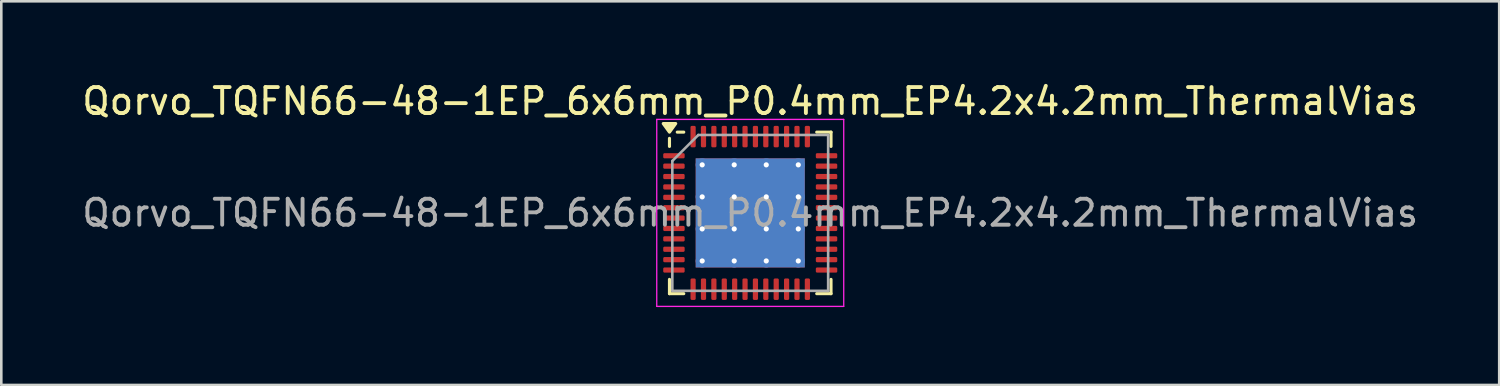
<source format=kicad_pcb>
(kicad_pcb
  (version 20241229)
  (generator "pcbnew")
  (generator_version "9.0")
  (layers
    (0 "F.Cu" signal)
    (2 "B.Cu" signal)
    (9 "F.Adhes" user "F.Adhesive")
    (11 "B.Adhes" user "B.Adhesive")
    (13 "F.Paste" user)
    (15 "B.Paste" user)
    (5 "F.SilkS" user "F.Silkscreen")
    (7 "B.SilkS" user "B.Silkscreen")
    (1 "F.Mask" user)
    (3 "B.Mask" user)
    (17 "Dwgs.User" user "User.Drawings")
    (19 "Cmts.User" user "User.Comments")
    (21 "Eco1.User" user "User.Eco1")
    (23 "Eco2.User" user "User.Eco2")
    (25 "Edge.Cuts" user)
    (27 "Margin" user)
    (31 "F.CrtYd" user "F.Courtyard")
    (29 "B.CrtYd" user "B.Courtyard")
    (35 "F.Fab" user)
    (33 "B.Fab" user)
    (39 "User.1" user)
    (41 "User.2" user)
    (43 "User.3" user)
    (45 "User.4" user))
  (footprint "Qorvo_TQFN66-48-1EP_6x6mm_P0.4mm_EP4.2x4.2mm_ThermalVias"
    (layer "F.Cu")
    (at 25.839 5.148)
    (property "Reference" "Qorvo_TQFN66-48-1EP_6x6mm_P0.4mm_EP4.2x4.2mm_ThermalVias" (at 0 -4.3 0) (layer "F.SilkS") (effects (font (size 1 1) (thickness 0.15))))
    (attr smd)
    (fp_line (start -3.11 -2.56) (end -3.11 -2.87) (stroke (width 0.12) (type solid)) (layer "F.SilkS"))
    (fp_line (start -3.11 3.11) (end -3.11 2.56) (stroke (width 0.12) (type solid)) (layer "F.SilkS"))
    (fp_line (start -2.56 -3.11) (end -2.81 -3.11) (stroke (width 0.12) (type solid)) (layer "F.SilkS"))
    (fp_line (start -2.56 3.11) (end -3.11 3.11) (stroke (width 0.12) (type solid)) (layer "F.SilkS"))
    (fp_line (start 2.56 -3.11) (end 3.11 -3.11) (stroke (width 0.12) (type solid)) (layer "F.SilkS"))
    (fp_line (start 2.56 3.11) (end 3.11 3.11) (stroke (width 0.12) (type solid)) (layer "F.SilkS"))
    (fp_line (start 3.11 -3.11) (end 3.11 -2.56) (stroke (width 0.12) (type solid)) (layer "F.SilkS"))
    (fp_line (start 3.11 3.11) (end 3.11 2.56) (stroke (width 0.12) (type solid)) (layer "F.SilkS"))
    (fp_poly (pts (xy -3.11 -3.11) (xy -3.35 -3.44) (xy -2.87 -3.44) (xy -3.11 -3.11)) (stroke (width 0.12) (type solid)) (fill yes) (layer "F.SilkS"))
    (fp_line (start -3.6 -3.6) (end -3.6 3.6) (stroke (width 0.05) (type solid)) (layer "F.CrtYd"))
    (fp_line (start -3.6 3.6) (end 3.6 3.6) (stroke (width 0.05) (type solid)) (layer "F.CrtYd"))
    (fp_line (start 3.6 -3.6) (end -3.6 -3.6) (stroke (width 0.05) (type solid)) (layer "F.CrtYd"))
    (fp_line (start 3.6 3.6) (end 3.6 -3.6) (stroke (width 0.05) (type solid)) (layer "F.CrtYd"))
    (fp_line (start -3 -2) (end -2 -3) (stroke (width 0.1) (type solid)) (layer "F.Fab"))
    (fp_line (start -3 3) (end -3 -2) (stroke (width 0.1) (type solid)) (layer "F.Fab"))
    (fp_line (start -2 -3) (end 3 -3) (stroke (width 0.1) (type solid)) (layer "F.Fab"))
    (fp_line (start 3 -3) (end 3 3) (stroke (width 0.1) (type solid)) (layer "F.Fab"))
    (fp_line (start 3 3) (end -3 3) (stroke (width 0.1) (type solid)) (layer "F.Fab"))
    (fp_text user "${REFERENCE}" (at 0 0 0) (layer "F.Fab") (effects (font (size 1 1) (thickness 0.15))))
    (pad "" smd roundrect (at -1.233 -1.233) (size 1.084 1.084) (layers "F.Paste") (roundrect_rratio 0.231))
    (pad "" smd roundrect (at -1.233 0) (size 1.084 1.084) (layers "F.Paste") (roundrect_rratio 0.231))
    (pad "" smd roundrect (at -1.233 1.233) (size 1.084 1.084) (layers "F.Paste") (roundrect_rratio 0.231))
    (pad "" smd roundrect (at 0 -1.233) (size 1.084 1.084) (layers "F.Paste") (roundrect_rratio 0.231))
    (pad "" smd roundrect (at 0 0) (size 1.084 1.084) (layers "F.Paste") (roundrect_rratio 0.231))
    (pad "" smd roundrect (at 0 1.233) (size 1.084 1.084) (layers "F.Paste") (roundrect_rratio 0.231))
    (pad "" smd roundrect (at 1.233 -1.233) (size 1.084 1.084) (layers "F.Paste") (roundrect_rratio 0.231))
    (pad "" smd roundrect (at 1.233 0) (size 1.084 1.084) (layers "F.Paste") (roundrect_rratio 0.231))
    (pad "" smd roundrect (at 1.233 1.233) (size 1.084 1.084) (layers "F.Paste") (roundrect_rratio 0.231))
    (pad "1" smd roundrect (at -2.938 -2.2) (size 0.825 0.2) (layers "F.Cu" "F.Mask" "F.Paste") (roundrect_rratio 0.25))
    (pad "2" smd roundrect (at -2.938 -1.8) (size 0.825 0.2) (layers "F.Cu" "F.Mask" "F.Paste") (roundrect_rratio 0.25))
    (pad "3" smd roundrect (at -2.938 -1.4) (size 0.825 0.2) (layers "F.Cu" "F.Mask" "F.Paste") (roundrect_rratio 0.25))
    (pad "4" smd roundrect (at -2.938 -1) (size 0.825 0.2) (layers "F.Cu" "F.Mask" "F.Paste") (roundrect_rratio 0.25))
    (pad "5" smd roundrect (at -2.938 -0.6) (size 0.825 0.2) (layers "F.Cu" "F.Mask" "F.Paste") (roundrect_rratio 0.25))
    (pad "6" smd roundrect (at -2.938 -0.2) (size 0.825 0.2) (layers "F.Cu" "F.Mask" "F.Paste") (roundrect_rratio 0.25))
    (pad "7" smd roundrect (at -2.938 0.2) (size 0.825 0.2) (layers "F.Cu" "F.Mask" "F.Paste") (roundrect_rratio 0.25))
    (pad "8" smd roundrect (at -2.938 0.6) (size 0.825 0.2) (layers "F.Cu" "F.Mask" "F.Paste") (roundrect_rratio 0.25))
    (pad "9" smd roundrect (at -2.938 1) (size 0.825 0.2) (layers "F.Cu" "F.Mask" "F.Paste") (roundrect_rratio 0.25))
    (pad "10" smd roundrect (at -2.938 1.4) (size 0.825 0.2) (layers "F.Cu" "F.Mask" "F.Paste") (roundrect_rratio 0.25))
    (pad "11" smd roundrect (at -2.938 1.8) (size 0.825 0.2) (layers "F.Cu" "F.Mask" "F.Paste") (roundrect_rratio 0.25))
    (pad "12" smd roundrect (at -2.938 2.2) (size 0.825 0.2) (layers "F.Cu" "F.Mask" "F.Paste") (roundrect_rratio 0.25))
    (pad "13" smd roundrect (at -2.2 2.938) (size 0.2 0.825) (layers "F.Cu" "F.Mask" "F.Paste") (roundrect_rratio 0.25))
    (pad "14" smd roundrect (at -1.8 2.938) (size 0.2 0.825) (layers "F.Cu" "F.Mask" "F.Paste") (roundrect_rratio 0.25))
    (pad "15" smd roundrect (at -1.4 2.938) (size 0.2 0.825) (layers "F.Cu" "F.Mask" "F.Paste") (roundrect_rratio 0.25))
    (pad "16" smd roundrect (at -1 2.938) (size 0.2 0.825) (layers "F.Cu" "F.Mask" "F.Paste") (roundrect_rratio 0.25))
    (pad "17" smd roundrect (at -0.6 2.938) (size 0.2 0.825) (layers "F.Cu" "F.Mask" "F.Paste") (roundrect_rratio 0.25))
    (pad "18" smd roundrect (at -0.2 2.938) (size 0.2 0.825) (layers "F.Cu" "F.Mask" "F.Paste") (roundrect_rratio 0.25))
    (pad "19" smd roundrect (at 0.2 2.938) (size 0.2 0.825) (layers "F.Cu" "F.Mask" "F.Paste") (roundrect_rratio 0.25))
    (pad "20" smd roundrect (at 0.6 2.938) (size 0.2 0.825) (layers "F.Cu" "F.Mask" "F.Paste") (roundrect_rratio 0.25))
    (pad "21" smd roundrect (at 1 2.938) (size 0.2 0.825) (layers "F.Cu" "F.Mask" "F.Paste") (roundrect_rratio 0.25))
    (pad "22" smd roundrect (at 1.4 2.938) (size 0.2 0.825) (layers "F.Cu" "F.Mask" "F.Paste") (roundrect_rratio 0.25))
    (pad "23" smd roundrect (at 1.8 2.938) (size 0.2 0.825) (layers "F.Cu" "F.Mask" "F.Paste") (roundrect_rratio 0.25))
    (pad "24" smd roundrect (at 2.2 2.938) (size 0.2 0.825) (layers "F.Cu" "F.Mask" "F.Paste") (roundrect_rratio 0.25))
    (pad "25" smd roundrect (at 2.938 2.2) (size 0.825 0.2) (layers "F.Cu" "F.Mask" "F.Paste") (roundrect_rratio 0.25))
    (pad "26" smd roundrect (at 2.938 1.8) (size 0.825 0.2) (layers "F.Cu" "F.Mask" "F.Paste") (roundrect_rratio 0.25))
    (pad "27" smd roundrect (at 2.938 1.4) (size 0.825 0.2) (layers "F.Cu" "F.Mask" "F.Paste") (roundrect_rratio 0.25))
    (pad "28" smd roundrect (at 2.938 1) (size 0.825 0.2) (layers "F.Cu" "F.Mask" "F.Paste") (roundrect_rratio 0.25))
    (pad "29" smd roundrect (at 2.938 0.6) (size 0.825 0.2) (layers "F.Cu" "F.Mask" "F.Paste") (roundrect_rratio 0.25))
    (pad "30" smd roundrect (at 2.938 0.2) (size 0.825 0.2) (layers "F.Cu" "F.Mask" "F.Paste") (roundrect_rratio 0.25))
    (pad "31" smd roundrect (at 2.938 -0.2) (size 0.825 0.2) (layers "F.Cu" "F.Mask" "F.Paste") (roundrect_rratio 0.25))
    (pad "32" smd roundrect (at 2.938 -0.6) (size 0.825 0.2) (layers "F.Cu" "F.Mask" "F.Paste") (roundrect_rratio 0.25))
    (pad "33" smd roundrect (at 2.938 -1) (size 0.825 0.2) (layers "F.Cu" "F.Mask" "F.Paste") (roundrect_rratio 0.25))
    (pad "34" smd roundrect (at 2.938 -1.4) (size 0.825 0.2) (layers "F.Cu" "F.Mask" "F.Paste") (roundrect_rratio 0.25))
    (pad "35" smd roundrect (at 2.938 -1.8) (size 0.825 0.2) (layers "F.Cu" "F.Mask" "F.Paste") (roundrect_rratio 0.25))
    (pad "36" smd roundrect (at 2.938 -2.2) (size 0.825 0.2) (layers "F.Cu" "F.Mask" "F.Paste") (roundrect_rratio 0.25))
    (pad "37" smd roundrect (at 2.2 -2.938) (size 0.2 0.825) (layers "F.Cu" "F.Mask" "F.Paste") (roundrect_rratio 0.25))
    (pad "38" smd roundrect (at 1.8 -2.938) (size 0.2 0.825) (layers "F.Cu" "F.Mask" "F.Paste") (roundrect_rratio 0.25))
    (pad "39" smd roundrect (at 1.4 -2.938) (size 0.2 0.825) (layers "F.Cu" "F.Mask" "F.Paste") (roundrect_rratio 0.25))
    (pad "40" smd roundrect (at 1 -2.938) (size 0.2 0.825) (layers "F.Cu" "F.Mask" "F.Paste") (roundrect_rratio 0.25))
    (pad "41" smd roundrect (at 0.6 -2.938) (size 0.2 0.825) (layers "F.Cu" "F.Mask" "F.Paste") (roundrect_rratio 0.25))
    (pad "42" smd roundrect (at 0.2 -2.938) (size 0.2 0.825) (layers "F.Cu" "F.Mask" "F.Paste") (roundrect_rratio 0.25))
    (pad "43" smd roundrect (at -0.2 -2.938) (size 0.2 0.825) (layers "F.Cu" "F.Mask" "F.Paste") (roundrect_rratio 0.25))
    (pad "44" smd roundrect (at -0.6 -2.938) (size 0.2 0.825) (layers "F.Cu" "F.Mask" "F.Paste") (roundrect_rratio 0.25))
    (pad "45" smd roundrect (at -1 -2.938) (size 0.2 0.825) (layers "F.Cu" "F.Mask" "F.Paste") (roundrect_rratio 0.25))
    (pad "46" smd roundrect (at -1.4 -2.938) (size 0.2 0.825) (layers "F.Cu" "F.Mask" "F.Paste") (roundrect_rratio 0.25))
    (pad "47" smd roundrect (at -1.8 -2.938) (size 0.2 0.825) (layers "F.Cu" "F.Mask" "F.Paste") (roundrect_rratio 0.25))
    (pad "48" smd roundrect (at -2.2 -2.938) (size 0.2 0.825) (layers "F.Cu" "F.Mask" "F.Paste") (roundrect_rratio 0.25))
    (pad "49" thru_hole circle (at -1.85 -1.85) (size 0.5 0.5) (drill 0.2) (property pad_prop_heatsink) (layers "*.Cu"))
    (pad "49" thru_hole circle (at -1.85 -0.617) (size 0.5 0.5) (drill 0.2) (property pad_prop_heatsink) (layers "*.Cu"))
    (pad "49" thru_hole circle (at -1.85 0.617) (size 0.5 0.5) (drill 0.2) (property pad_prop_heatsink) (layers "*.Cu"))
    (pad "49" thru_hole circle (at -1.85 1.85) (size 0.5 0.5) (drill 0.2) (property pad_prop_heatsink) (layers "*.Cu"))
    (pad "49" thru_hole circle (at -0.617 -1.85) (size 0.5 0.5) (drill 0.2) (property pad_prop_heatsink) (layers "*.Cu"))
    (pad "49" thru_hole circle (at -0.617 -0.617) (size 0.5 0.5) (drill 0.2) (property pad_prop_heatsink) (layers "*.Cu"))
    (pad "49" thru_hole circle (at -0.617 0.617) (size 0.5 0.5) (drill 0.2) (property pad_prop_heatsink) (layers "*.Cu"))
    (pad "49" thru_hole circle (at -0.617 1.85) (size 0.5 0.5) (drill 0.2) (property pad_prop_heatsink) (layers "*.Cu"))
    (pad "49" smd rect (at 0 0) (size 4.2 4.2) (property pad_prop_heatsink) (layers "F.Cu" "F.Mask"))
    (pad "49" smd rect (at 0 0) (size 4.2 4.2) (property pad_prop_heatsink) (layers "B.Cu"))
    (pad "49" thru_hole circle (at 0.617 -1.85) (size 0.5 0.5) (drill 0.2) (property pad_prop_heatsink) (layers "*.Cu"))
    (pad "49" thru_hole circle (at 0.617 -0.617) (size 0.5 0.5) (drill 0.2) (property pad_prop_heatsink) (layers "*.Cu"))
    (pad "49" thru_hole circle (at 0.617 0.617) (size 0.5 0.5) (drill 0.2) (property pad_prop_heatsink) (layers "*.Cu"))
    (pad "49" thru_hole circle (at 0.617 1.85) (size 0.5 0.5) (drill 0.2) (property pad_prop_heatsink) (layers "*.Cu"))
    (pad "49" thru_hole circle (at 1.85 -1.85) (size 0.5 0.5) (drill 0.2) (property pad_prop_heatsink) (layers "*.Cu"))
    (pad "49" thru_hole circle (at 1.85 -0.617) (size 0.5 0.5) (drill 0.2) (property pad_prop_heatsink) (layers "*.Cu"))
    (pad "49" thru_hole circle (at 1.85 0.617) (size 0.5 0.5) (drill 0.2) (property pad_prop_heatsink) (layers "*.Cu"))
    (pad "49" thru_hole circle (at 1.85 1.85) (size 0.5 0.5) (drill 0.2) (property pad_prop_heatsink) (layers "*.Cu")))
  (gr_rect
    (start -3 -3)
    (end 54.679 11.773)
    (stroke (width 0.1) (type default))
    (fill no)
    (layer "Edge.Cuts")))
</source>
